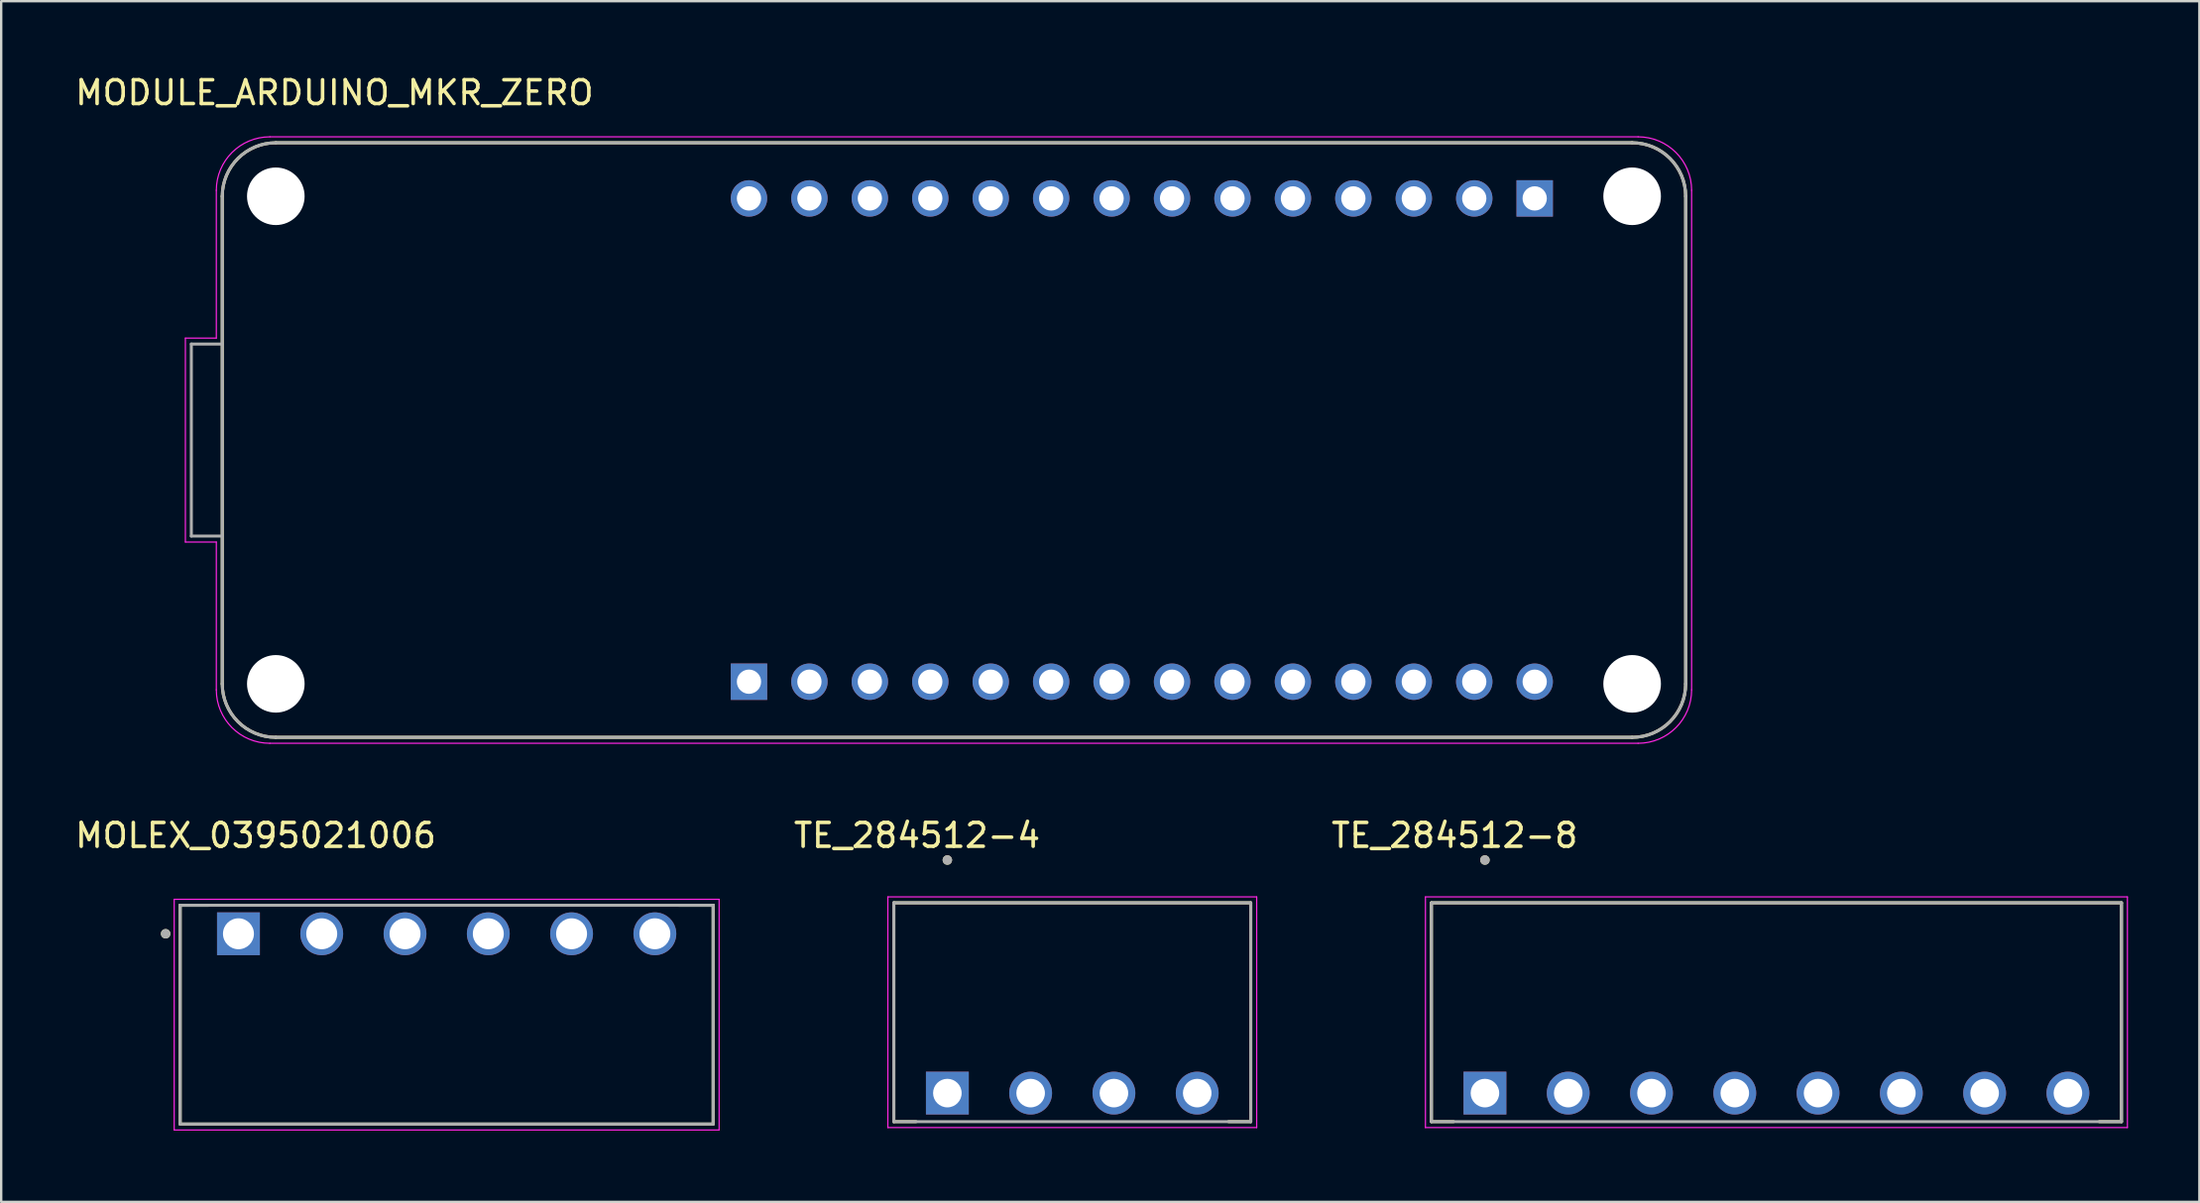
<source format=kicad_pcb>
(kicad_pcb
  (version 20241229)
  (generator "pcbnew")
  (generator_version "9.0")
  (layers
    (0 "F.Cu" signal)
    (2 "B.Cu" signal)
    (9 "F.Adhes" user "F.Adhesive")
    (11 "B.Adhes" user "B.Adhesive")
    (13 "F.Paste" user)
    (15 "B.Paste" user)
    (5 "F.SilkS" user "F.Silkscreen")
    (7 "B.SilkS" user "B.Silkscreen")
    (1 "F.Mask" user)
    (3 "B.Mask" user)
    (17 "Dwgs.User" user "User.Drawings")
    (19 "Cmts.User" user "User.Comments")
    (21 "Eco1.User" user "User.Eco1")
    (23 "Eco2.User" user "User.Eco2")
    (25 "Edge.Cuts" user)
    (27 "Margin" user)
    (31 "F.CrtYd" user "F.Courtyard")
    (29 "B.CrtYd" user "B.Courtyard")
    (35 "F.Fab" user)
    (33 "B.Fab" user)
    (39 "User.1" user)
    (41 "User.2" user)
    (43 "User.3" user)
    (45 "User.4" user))
  (footprint "TE_284512-4"
    (layer "F.Cu")
    (at 42.013 42.911)
    (property "Reference" "TE_284512-4" (at -6.525 -10.835 0) (layer "F.SilkS") (effects (font (size 1 1) (thickness 0.15))))
    (attr through_hole)
    (fp_line (start -7.5 -8) (end 7.5 -8) (stroke (width 0.127) (type solid)) (layer "F.SilkS"))
    (fp_line (start -7.5 1.2) (end -7.5 -8) (stroke (width 0.127) (type solid)) (layer "F.SilkS"))
    (fp_line (start -7.5 1.2) (end -6.57 1.2) (stroke (width 0.127) (type solid)) (layer "F.SilkS"))
    (fp_line (start 6.57 1.2) (end 7.5 1.2) (stroke (width 0.127) (type solid)) (layer "F.SilkS"))
    (fp_line (start 7.5 -8) (end 7.5 1.2) (stroke (width 0.127) (type solid)) (layer "F.SilkS"))
    (fp_circle (center -5.25 -9.8) (end -5.15 -9.8) (stroke (width 0.2) (type solid)) (fill no) (layer "F.SilkS"))
    (fp_line (start -7.75 -8.25) (end 7.75 -8.25) (stroke (width 0.05) (type solid)) (layer "F.CrtYd"))
    (fp_line (start -7.75 1.45) (end -7.75 -8.25) (stroke (width 0.05) (type solid)) (layer "F.CrtYd"))
    (fp_line (start 7.75 -8.25) (end 7.75 1.45) (stroke (width 0.05) (type solid)) (layer "F.CrtYd"))
    (fp_line (start 7.75 1.45) (end -7.75 1.45) (stroke (width 0.05) (type solid)) (layer "F.CrtYd"))
    (fp_line (start -7.5 -8) (end 7.5 -8) (stroke (width 0.127) (type solid)) (layer "F.Fab"))
    (fp_line (start -7.5 1.2) (end -7.5 -8) (stroke (width 0.127) (type solid)) (layer "F.Fab"))
    (fp_line (start 7.5 -8) (end 7.5 1.2) (stroke (width 0.127) (type solid)) (layer "F.Fab"))
    (fp_line (start 7.5 1.2) (end -7.5 1.2) (stroke (width 0.127) (type solid)) (layer "F.Fab"))
    (fp_circle (center -5.25 -9.8) (end -5.15 -9.8) (stroke (width 0.2) (type solid)) (fill no) (layer "F.Fab"))
    (pad "1" thru_hole rect (at -5.25 0) (size 1.8 1.8) (drill 1.2) (layers "*.Cu" "*.Mask"))
    (pad "2" thru_hole circle (at -1.75 0) (size 1.8 1.8) (drill 1.2) (layers "*.Cu" "*.Mask"))
    (pad "3" thru_hole circle (at 1.75 0) (size 1.8 1.8) (drill 1.2) (layers "*.Cu" "*.Mask"))
    (pad "4" thru_hole circle (at 5.25 0) (size 1.8 1.8) (drill 1.2) (layers "*.Cu" "*.Mask")))
  (footprint "MOLEX_0395021006"
    (layer "F.Cu")
    (at 6.971 36.212)
    (property "Reference" "MOLEX_0395021006" (at 0.725 -4.135 0) (layer "F.SilkS") (effects (font (size 1 1) (thickness 0.15))))
    (attr through_hole)
    (fp_circle (center 3.5 0) (end 3.988 0) (stroke (width 0.976) (type solid)) (fill no) (layer "F.Mask"))
    (fp_circle (center 7 0) (end 7.488 0) (stroke (width 0.976) (type solid)) (fill no) (layer "F.Mask"))
    (fp_circle (center 10.5 0) (end 10.988 0) (stroke (width 0.976) (type solid)) (fill no) (layer "F.Mask"))
    (fp_circle (center 14 0) (end 14.488 0) (stroke (width 0.976) (type solid)) (fill no) (layer "F.Mask"))
    (fp_circle (center 17.5 0) (end 17.988 0) (stroke (width 0.976) (type solid)) (fill no) (layer "F.Mask"))
    (fp_poly (pts (xy -0.976 -0.976) (xy 0.976 -0.976) (xy 0.976 0.976) (xy -0.976 0.976)) (stroke (width 0.01) (type solid)) (fill yes) (layer "F.Mask"))
    (fp_circle (center 3.5 0) (end 3.988 0) (stroke (width 0.976) (type solid)) (fill no) (layer "B.Mask"))
    (fp_circle (center 7 0) (end 7.488 0) (stroke (width 0.976) (type solid)) (fill no) (layer "B.Mask"))
    (fp_circle (center 10.5 0) (end 10.988 0) (stroke (width 0.976) (type solid)) (fill no) (layer "B.Mask"))
    (fp_circle (center 14 0) (end 14.488 0) (stroke (width 0.976) (type solid)) (fill no) (layer "B.Mask"))
    (fp_circle (center 17.5 0) (end 17.988 0) (stroke (width 0.976) (type solid)) (fill no) (layer "B.Mask"))
    (fp_poly (pts (xy -0.976 -0.976) (xy 0.976 -0.976) (xy 0.976 0.976) (xy -0.976 0.976)) (stroke (width 0.01) (type solid)) (fill yes) (layer "B.Mask"))
    (fp_line (start -2.45 -1.2) (end -1.25 -1.2) (stroke (width 0.127) (type solid)) (layer "F.SilkS"))
    (fp_line (start -2.45 8) (end -2.45 -1.2) (stroke (width 0.127) (type solid)) (layer "F.SilkS"))
    (fp_line (start 18.5 -1.2) (end 19.95 -1.2) (stroke (width 0.127) (type solid)) (layer "F.SilkS"))
    (fp_line (start 19.95 -1.2) (end 19.95 8) (stroke (width 0.127) (type solid)) (layer "F.SilkS"))
    (fp_line (start 19.95 8) (end -2.45 8) (stroke (width 0.127) (type solid)) (layer "F.SilkS"))
    (fp_circle (center -3.06 0) (end -2.96 0) (stroke (width 0.2) (type solid)) (fill no) (layer "F.SilkS"))
    (fp_line (start -2.7 -1.45) (end 20.2 -1.45) (stroke (width 0.05) (type solid)) (layer "F.CrtYd"))
    (fp_line (start -2.7 8.25) (end -2.7 -1.45) (stroke (width 0.05) (type solid)) (layer "F.CrtYd"))
    (fp_line (start 20.2 -1.45) (end 20.2 8.25) (stroke (width 0.05) (type solid)) (layer "F.CrtYd"))
    (fp_line (start 20.2 8.25) (end -2.7 8.25) (stroke (width 0.05) (type solid)) (layer "F.CrtYd"))
    (fp_line (start -2.45 -1.2) (end 19.95 -1.2) (stroke (width 0.127) (type solid)) (layer "F.Fab"))
    (fp_line (start -2.45 8) (end -2.45 -1.2) (stroke (width 0.127) (type solid)) (layer "F.Fab"))
    (fp_line (start 19.95 -1.2) (end 19.95 8) (stroke (width 0.127) (type solid)) (layer "F.Fab"))
    (fp_line (start 19.95 8) (end -2.45 8) (stroke (width 0.127) (type solid)) (layer "F.Fab"))
    (fp_circle (center -3.06 0) (end -2.96 0) (stroke (width 0.2) (type solid)) (fill no) (layer "F.Fab"))
    (pad "1" thru_hole rect (at 0 0) (size 1.8 1.8) (drill 1.3) (layers "*.Cu"))
    (pad "2" thru_hole circle (at 3.5 0) (size 1.8 1.8) (drill 1.3) (layers "*.Cu"))
    (pad "3" thru_hole circle (at 7 0) (size 1.8 1.8) (drill 1.3) (layers "*.Cu"))
    (pad "4" thru_hole circle (at 10.5 0) (size 1.8 1.8) (drill 1.3) (layers "*.Cu"))
    (pad "5" thru_hole circle (at 14 0) (size 1.8 1.8) (drill 1.3) (layers "*.Cu"))
    (pad "6" thru_hole circle (at 17.5 0) (size 1.8 1.8) (drill 1.3) (layers "*.Cu")))
  (footprint "MODULE_ARDUINO_MKR_ZERO"
    (layer "F.Cu")
    (at 37.041 15.453)
    (property "Reference" "MODULE_ARDUINO_MKR_ZERO" (at -26.035 -14.605 0) (layer "F.SilkS") (effects (font (size 1 1) (thickness 0.15))))
    (attr through_hole)
    (fp_line (start -30.75 10.25) (end -30.75 -10.25) (stroke (width 0.127) (type solid)) (layer "F.SilkS"))
    (fp_line (start -28.5 -12.5) (end 28.5 -12.5) (stroke (width 0.127) (type solid)) (layer "F.SilkS"))
    (fp_line (start 28.5 12.5) (end -28.5 12.5) (stroke (width 0.127) (type solid)) (layer "F.SilkS"))
    (fp_line (start 30.75 -10.25) (end 30.75 10.25) (stroke (width 0.127) (type solid)) (layer "F.SilkS"))
    (fp_arc (start -30.75 -10.25) (mid -30.09099 -11.84099) (end -28.5 -12.5) (stroke (width 0.127) (type solid)) (layer "F.SilkS"))
    (fp_arc (start -28.5 12.5) (mid -30.09099 11.84099) (end -30.75 10.25) (stroke (width 0.127) (type solid)) (layer "F.SilkS"))
    (fp_arc (start 28.5 -12.5) (mid 30.09099 -11.84099) (end 30.75 -10.25) (stroke (width 0.127) (type solid)) (layer "F.SilkS"))
    (fp_arc (start 30.75 10.25) (mid 30.09099 11.84099) (end 28.5 12.5) (stroke (width 0.127) (type solid)) (layer "F.SilkS"))
    (fp_line (start -32.3 -4.287) (end -31 -4.287) (stroke (width 0.05) (type solid)) (layer "F.CrtYd"))
    (fp_line (start -32.3 4.287) (end -32.3 -4.287) (stroke (width 0.05) (type solid)) (layer "F.CrtYd"))
    (fp_line (start -31 -4.287) (end -31 -10.5) (stroke (width 0.05) (type solid)) (layer "F.CrtYd"))
    (fp_line (start -31 4.287) (end -32.3 4.287) (stroke (width 0.05) (type solid)) (layer "F.CrtYd"))
    (fp_line (start -31 10.5) (end -31 4.287) (stroke (width 0.05) (type solid)) (layer "F.CrtYd"))
    (fp_line (start -28.75 -12.75) (end 28.75 -12.75) (stroke (width 0.05) (type solid)) (layer "F.CrtYd"))
    (fp_line (start 28.75 12.75) (end -28.75 12.75) (stroke (width 0.05) (type solid)) (layer "F.CrtYd"))
    (fp_line (start 31 -10.5) (end 31 10.5) (stroke (width 0.05) (type solid)) (layer "F.CrtYd"))
    (fp_arc (start -31 -10.5) (mid -30.34099 -12.09099) (end -28.75 -12.75) (stroke (width 0.05) (type solid)) (layer "F.CrtYd"))
    (fp_arc (start -28.75 12.75) (mid -30.34099 12.09099) (end -31 10.5) (stroke (width 0.05) (type solid)) (layer "F.CrtYd"))
    (fp_arc (start 28.75 -12.75) (mid 30.34099 -12.09099) (end 31 -10.5) (stroke (width 0.05) (type solid)) (layer "F.CrtYd"))
    (fp_arc (start 31 10.5) (mid 30.34099 12.09099) (end 28.75 12.75) (stroke (width 0.05) (type solid)) (layer "F.CrtYd"))
    (fp_line (start -32.05 -4.037) (end -32.05 4.037) (stroke (width 0.127) (type solid)) (layer "F.Fab"))
    (fp_line (start -32.05 4.037) (end -30.75 4.037) (stroke (width 0.127) (type solid)) (layer "F.Fab"))
    (fp_line (start -30.75 -4.037) (end -32.05 -4.037) (stroke (width 0.127) (type solid)) (layer "F.Fab"))
    (fp_line (start -30.75 10.25) (end -30.75 -10.25) (stroke (width 0.127) (type solid)) (layer "F.Fab"))
    (fp_line (start -28.5 -12.5) (end 28.5 -12.5) (stroke (width 0.127) (type solid)) (layer "F.Fab"))
    (fp_line (start 28.5 12.5) (end -28.5 12.5) (stroke (width 0.127) (type solid)) (layer "F.Fab"))
    (fp_line (start 30.75 -10.25) (end 30.75 10.25) (stroke (width 0.127) (type solid)) (layer "F.Fab"))
    (fp_arc (start -30.75 -10.25) (mid -30.09099 -11.84099) (end -28.5 -12.5) (stroke (width 0.127) (type solid)) (layer "F.Fab"))
    (fp_arc (start -28.5 12.5) (mid -30.09099 11.84099) (end -30.75 10.25) (stroke (width 0.127) (type solid)) (layer "F.Fab"))
    (fp_arc (start 28.5 -12.5) (mid 30.09099 -11.84099) (end 30.75 -10.25) (stroke (width 0.127) (type solid)) (layer "F.Fab"))
    (fp_arc (start 30.75 10.25) (mid 30.09099 11.84099) (end 28.5 12.5) (stroke (width 0.127) (type solid)) (layer "F.Fab"))
    (pad "" np_thru_hole circle (at -28.5 -10.25) (size 2.42 2.42) (drill 2.42) (layers "*.Cu" "*.Mask"))
    (pad "" np_thru_hole circle (at -28.5 10.25) (size 2.42 2.42) (drill 2.42) (layers "*.Cu" "*.Mask"))
    (pad "" np_thru_hole circle (at 28.5 -10.25) (size 2.42 2.42) (drill 2.42) (layers "*.Cu" "*.Mask"))
    (pad "" np_thru_hole circle (at 28.5 10.25) (size 2.42 2.42) (drill 2.42) (layers "*.Cu" "*.Mask"))
    (pad "J4_1" thru_hole rect (at -8.615 10.16) (size 1.53 1.53) (drill 1.02) (layers "*.Cu" "*.Mask"))
    (pad "J4_2" thru_hole circle (at -6.075 10.16) (size 1.53 1.53) (drill 1.02) (layers "*.Cu" "*.Mask"))
    (pad "J4_3" thru_hole circle (at -3.535 10.16) (size 1.53 1.53) (drill 1.02) (layers "*.Cu" "*.Mask"))
    (pad "J4_4" thru_hole circle (at -0.995 10.16) (size 1.53 1.53) (drill 1.02) (layers "*.Cu" "*.Mask"))
    (pad "J4_5" thru_hole circle (at 1.545 10.16) (size 1.53 1.53) (drill 1.02) (layers "*.Cu" "*.Mask"))
    (pad "J4_6" thru_hole circle (at 4.085 10.16) (size 1.53 1.53) (drill 1.02) (layers "*.Cu" "*.Mask"))
    (pad "J4_7" thru_hole circle (at 6.625 10.16) (size 1.53 1.53) (drill 1.02) (layers "*.Cu" "*.Mask"))
    (pad "J4_8" thru_hole circle (at 9.165 10.16) (size 1.53 1.53) (drill 1.02) (layers "*.Cu" "*.Mask"))
    (pad "J4_9" thru_hole circle (at 11.705 10.16) (size 1.53 1.53) (drill 1.02) (layers "*.Cu" "*.Mask"))
    (pad "J4_10" thru_hole circle (at 14.245 10.16) (size 1.53 1.53) (drill 1.02) (layers "*.Cu" "*.Mask"))
    (pad "J4_11" thru_hole circle (at 16.785 10.16) (size 1.53 1.53) (drill 1.02) (layers "*.Cu" "*.Mask"))
    (pad "J4_12" thru_hole circle (at 19.325 10.16) (size 1.53 1.53) (drill 1.02) (layers "*.Cu" "*.Mask"))
    (pad "J4_13" thru_hole circle (at 21.865 10.16) (size 1.53 1.53) (drill 1.02) (layers "*.Cu" "*.Mask"))
    (pad "J4_14" thru_hole circle (at 24.405 10.16) (size 1.53 1.53) (drill 1.02) (layers "*.Cu" "*.Mask"))
    (pad "J5_1" thru_hole rect (at 24.405 -10.16) (size 1.53 1.53) (drill 1.02) (layers "*.Cu" "*.Mask"))
    (pad "J5_2" thru_hole circle (at 21.865 -10.16) (size 1.53 1.53) (drill 1.02) (layers "*.Cu" "*.Mask"))
    (pad "J5_3" thru_hole circle (at 19.325 -10.16) (size 1.53 1.53) (drill 1.02) (layers "*.Cu" "*.Mask"))
    (pad "J5_4" thru_hole circle (at 16.785 -10.16) (size 1.53 1.53) (drill 1.02) (layers "*.Cu" "*.Mask"))
    (pad "J5_5" thru_hole circle (at 14.245 -10.16) (size 1.53 1.53) (drill 1.02) (layers "*.Cu" "*.Mask"))
    (pad "J5_6" thru_hole circle (at 11.705 -10.16) (size 1.53 1.53) (drill 1.02) (layers "*.Cu" "*.Mask"))
    (pad "J5_7" thru_hole circle (at 9.165 -10.16) (size 1.53 1.53) (drill 1.02) (layers "*.Cu" "*.Mask"))
    (pad "J5_8" thru_hole circle (at 6.625 -10.16) (size 1.53 1.53) (drill 1.02) (layers "*.Cu" "*.Mask"))
    (pad "J5_9" thru_hole circle (at 4.085 -10.16) (size 1.53 1.53) (drill 1.02) (layers "*.Cu" "*.Mask"))
    (pad "J5_10" thru_hole circle (at 1.545 -10.16) (size 1.53 1.53) (drill 1.02) (layers "*.Cu" "*.Mask"))
    (pad "J5_11" thru_hole circle (at -0.995 -10.16) (size 1.53 1.53) (drill 1.02) (layers "*.Cu" "*.Mask"))
    (pad "J5_12" thru_hole circle (at -3.535 -10.16) (size 1.53 1.53) (drill 1.02) (layers "*.Cu" "*.Mask"))
    (pad "J5_13" thru_hole circle (at -6.075 -10.16) (size 1.53 1.53) (drill 1.02) (layers "*.Cu" "*.Mask"))
    (pad "J5_14" thru_hole circle (at -8.615 -10.16) (size 1.53 1.53) (drill 1.02) (layers "*.Cu" "*.Mask")))
  (footprint "TE_284512-8"
    (layer "F.Cu")
    (at 71.605 42.911)
    (property "Reference" "TE_284512-8" (at -13.525 -10.835 0) (layer "F.SilkS") (effects (font (size 1 1) (thickness 0.15))))
    (attr through_hole)
    (fp_line (start -14.5 -8) (end 14.5 -8) (stroke (width 0.127) (type solid)) (layer "F.SilkS"))
    (fp_line (start -14.5 1.2) (end -14.5 -8) (stroke (width 0.127) (type solid)) (layer "F.SilkS"))
    (fp_line (start -14.5 1.2) (end -13.57 1.2) (stroke (width 0.127) (type solid)) (layer "F.SilkS"))
    (fp_line (start 13.57 1.2) (end 14.5 1.2) (stroke (width 0.127) (type solid)) (layer "F.SilkS"))
    (fp_line (start 14.5 -8) (end 14.5 1.2) (stroke (width 0.127) (type solid)) (layer "F.SilkS"))
    (fp_circle (center -12.25 -9.8) (end -12.15 -9.8) (stroke (width 0.2) (type solid)) (fill no) (layer "F.SilkS"))
    (fp_line (start -14.75 -8.25) (end 14.75 -8.25) (stroke (width 0.05) (type solid)) (layer "F.CrtYd"))
    (fp_line (start -14.75 1.45) (end -14.75 -8.25) (stroke (width 0.05) (type solid)) (layer "F.CrtYd"))
    (fp_line (start 14.75 -8.25) (end 14.75 1.45) (stroke (width 0.05) (type solid)) (layer "F.CrtYd"))
    (fp_line (start 14.75 1.45) (end -14.75 1.45) (stroke (width 0.05) (type solid)) (layer "F.CrtYd"))
    (fp_line (start -14.5 -8) (end 14.5 -8) (stroke (width 0.127) (type solid)) (layer "F.Fab"))
    (fp_line (start -14.5 1.2) (end -14.5 -8) (stroke (width 0.127) (type solid)) (layer "F.Fab"))
    (fp_line (start 14.5 -8) (end 14.5 1.2) (stroke (width 0.127) (type solid)) (layer "F.Fab"))
    (fp_line (start 14.5 1.2) (end -14.5 1.2) (stroke (width 0.127) (type solid)) (layer "F.Fab"))
    (fp_circle (center -12.25 -9.8) (end -12.15 -9.8) (stroke (width 0.2) (type solid)) (fill no) (layer "F.Fab"))
    (pad "1" thru_hole rect (at -12.25 0) (size 1.8 1.8) (drill 1.2) (layers "*.Cu" "*.Mask"))
    (pad "2" thru_hole circle (at -8.75 0) (size 1.8 1.8) (drill 1.2) (layers "*.Cu" "*.Mask"))
    (pad "3" thru_hole circle (at -5.25 0) (size 1.8 1.8) (drill 1.2) (layers "*.Cu" "*.Mask"))
    (pad "4" thru_hole circle (at -1.75 0) (size 1.8 1.8) (drill 1.2) (layers "*.Cu" "*.Mask"))
    (pad "5" thru_hole circle (at 1.75 0) (size 1.8 1.8) (drill 1.2) (layers "*.Cu" "*.Mask"))
    (pad "6" thru_hole circle (at 5.25 0) (size 1.8 1.8) (drill 1.2) (layers "*.Cu" "*.Mask"))
    (pad "7" thru_hole circle (at 8.75 0) (size 1.8 1.8) (drill 1.2) (layers "*.Cu" "*.Mask"))
    (pad "8" thru_hole circle (at 12.25 0) (size 1.8 1.8) (drill 1.2) (layers "*.Cu" "*.Mask")))
  (gr_rect
    (start -3 -3)
    (end 89.38 47.486)
    (stroke (width 0.1) (type default))
    (fill no)
    (layer "Edge.Cuts")))
</source>
